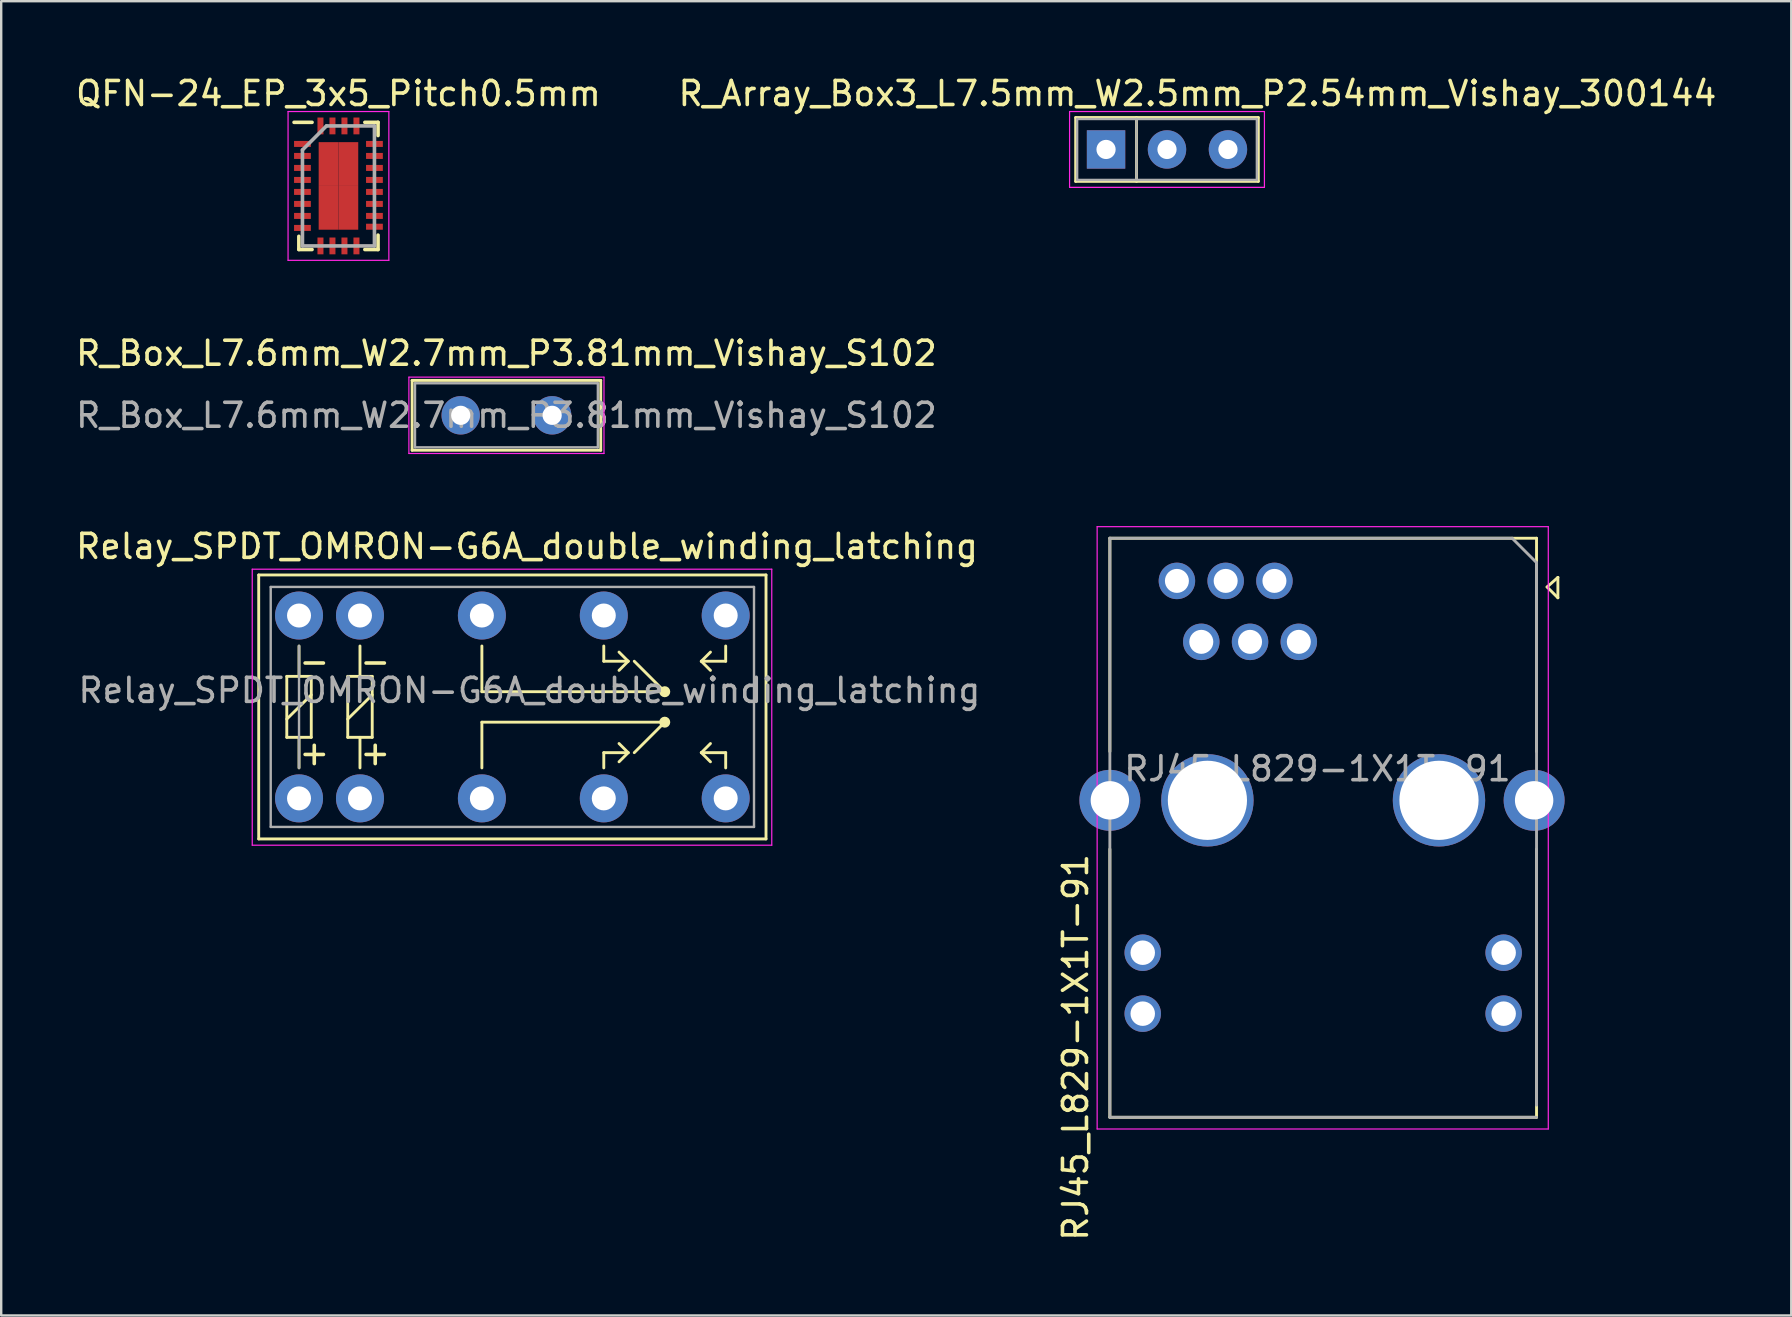
<source format=kicad_pcb>
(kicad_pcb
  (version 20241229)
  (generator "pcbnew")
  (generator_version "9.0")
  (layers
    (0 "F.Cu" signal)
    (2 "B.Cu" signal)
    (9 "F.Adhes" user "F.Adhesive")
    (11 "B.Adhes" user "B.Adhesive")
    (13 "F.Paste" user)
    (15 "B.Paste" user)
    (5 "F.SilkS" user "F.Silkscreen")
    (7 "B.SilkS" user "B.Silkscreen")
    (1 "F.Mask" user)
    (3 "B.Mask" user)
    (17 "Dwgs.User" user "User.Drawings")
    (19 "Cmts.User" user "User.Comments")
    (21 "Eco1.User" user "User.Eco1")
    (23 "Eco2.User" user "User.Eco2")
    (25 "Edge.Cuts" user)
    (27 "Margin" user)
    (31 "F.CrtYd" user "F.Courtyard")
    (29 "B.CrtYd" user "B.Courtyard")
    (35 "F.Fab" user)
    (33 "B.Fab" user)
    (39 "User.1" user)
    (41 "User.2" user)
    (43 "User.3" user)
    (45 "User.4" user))
  (footprint "RJ45_L829-1X1T-91"
    (layer "F.Cu")
    (at 57.17 23.697)
    (property "Reference" "RJ45_L829-1X1T-91" (at -15.4 16.9 90) (layer "F.SilkS") (effects (font (size 1 1) (thickness 0.15))))
    (attr through_hole)
    (fp_line (start -13.97 -4.318) (end -13.97 4.572) (stroke (width 0.12) (type solid)) (layer "F.SilkS"))
    (fp_line (start -13.97 19.812) (end -13.97 8.636) (stroke (width 0.12) (type solid)) (layer "F.SilkS"))
    (fp_line (start -13.97 19.812) (end 3.81 19.812) (stroke (width 0.12) (type solid)) (layer "F.SilkS"))
    (fp_line (start 3.81 -4.318) (end -13.97 -4.318) (stroke (width 0.12) (type solid)) (layer "F.SilkS"))
    (fp_line (start 3.81 -4.318) (end 3.81 4.572) (stroke (width 0.12) (type solid)) (layer "F.SilkS"))
    (fp_line (start 3.81 19.812) (end 3.81 8.636) (stroke (width 0.12) (type solid)) (layer "F.SilkS"))
    (fp_line (start 4.25 -2.286) (end 4.7 -2.686) (stroke (width 0.12) (type solid)) (layer "F.SilkS"))
    (fp_line (start 4.7 -2.686) (end 4.7 -1.836) (stroke (width 0.12) (type solid)) (layer "F.SilkS"))
    (fp_line (start 4.7 -1.836) (end 4.25 -2.286) (stroke (width 0.12) (type solid)) (layer "F.SilkS"))
    (fp_line (start -14.5 -4.8) (end -14.5 20.3) (stroke (width 0.05) (type solid)) (layer "F.CrtYd"))
    (fp_line (start -14.5 -4.8) (end 4.3 -4.8) (stroke (width 0.05) (type solid)) (layer "F.CrtYd"))
    (fp_line (start 4.3 20.3) (end -14.5 20.3) (stroke (width 0.05) (type solid)) (layer "F.CrtYd"))
    (fp_line (start 4.3 20.3) (end 4.3 -4.8) (stroke (width 0.05) (type solid)) (layer "F.CrtYd"))
    (fp_line (start -13.97 -4.318) (end 2.794 -4.318) (stroke (width 0.12) (type solid)) (layer "F.Fab"))
    (fp_line (start -13.97 19.812) (end -13.97 -4.318) (stroke (width 0.12) (type solid)) (layer "F.Fab"))
    (fp_line (start 2.794 -4.318) (end 3.81 -3.302) (stroke (width 0.12) (type solid)) (layer "F.Fab"))
    (fp_line (start 3.81 -3.302) (end 3.81 19.304) (stroke (width 0.12) (type solid)) (layer "F.Fab"))
    (fp_line (start 3.81 19.812) (end -13.97 19.812) (stroke (width 0.12) (type solid)) (layer "F.Fab"))
    (fp_text user "${REFERENCE}" (at -5.32 5.289 0) (layer "F.Fab") (effects (font (size 1 1) (thickness 0.15))))
    (pad "" np_thru_hole circle (at -9.905 6.604) (size 3.85 3.85) (drill 3.3) (layers "*.Cu" "*.Mask"))
    (pad "" np_thru_hole circle (at -0.255 6.604) (size 3.85 3.85) (drill 3.3) (layers "*.Cu" "*.Mask"))
    (pad "4" thru_hole circle (at -6.096 0) (size 1.52 1.52) (drill 1) (layers "*.Cu" "*.Mask"))
    (pad "5" thru_hole circle (at -8.128 0) (size 1.52 1.52) (drill 1) (layers "*.Cu" "*.Mask"))
    (pad "6" thru_hole circle (at -10.16 0) (size 1.52 1.52) (drill 1) (layers "*.Cu" "*.Mask"))
    (pad "10" thru_hole circle (at -7.112 -2.54) (size 1.52 1.52) (drill 1) (layers "*.Cu" "*.Mask"))
    (pad "11" thru_hole circle (at -9.144 -2.54) (size 1.52 1.52) (drill 1) (layers "*.Cu" "*.Mask"))
    (pad "12" thru_hole circle (at -11.176 -2.54) (size 1.52 1.52) (drill 1) (layers "*.Cu" "*.Mask"))
    (pad "13" thru_hole circle (at 2.44 12.954) (size 1.52 1.52) (drill 1.02) (layers "*.Cu" "*.Mask"))
    (pad "14" thru_hole circle (at 2.44 15.494) (size 1.52 1.52) (drill 1.02) (layers "*.Cu" "*.Mask"))
    (pad "15" thru_hole circle (at -12.6 12.954) (size 1.52 1.52) (drill 1.02) (layers "*.Cu" "*.Mask"))
    (pad "16" thru_hole circle (at -12.6 15.494) (size 1.52 1.52) (drill 1.02) (layers "*.Cu" "*.Mask"))
    (pad "SH" thru_hole circle (at -13.97 6.604) (size 2.54 2.54) (drill 1.6) (layers "*.Cu" "*.Mask"))
    (pad "SH" thru_hole circle (at 3.71 6.604) (size 2.54 2.54) (drill 1.6) (layers "*.Cu" "*.Mask")))
  (footprint "QFN-24_EP_3x5_Pitch0.5mm"
    (layer "F.Cu")
    (at 11.054 4.698)
    (property "Reference" "QFN-24_EP_3x5_Pitch0.5mm" (at 0 -3.85 0) (layer "F.SilkS") (effects (font (size 1 1) (thickness 0.15))))
    (attr smd)
    (fp_line (start -1.65 2.65) (end -1.65 2.1) (stroke (width 0.15) (type solid)) (layer "F.SilkS"))
    (fp_line (start -1.1 -2.65) (end -1.85 -2.65) (stroke (width 0.15) (type solid)) (layer "F.SilkS"))
    (fp_line (start -1.1 2.65) (end -1.65 2.65) (stroke (width 0.15) (type solid)) (layer "F.SilkS"))
    (fp_line (start 1.1 -2.65) (end 1.65 -2.65) (stroke (width 0.15) (type solid)) (layer "F.SilkS"))
    (fp_line (start 1.1 2.65) (end 1.65 2.65) (stroke (width 0.15) (type solid)) (layer "F.SilkS"))
    (fp_line (start 1.65 -2.65) (end 1.65 -2.1) (stroke (width 0.15) (type solid)) (layer "F.SilkS"))
    (fp_line (start 1.65 2.65) (end 1.65 2.05) (stroke (width 0.15) (type solid)) (layer "F.SilkS"))
    (fp_line (start -2.1 -3.1) (end 2.1 -3.1) (stroke (width 0.05) (type solid)) (layer "F.CrtYd"))
    (fp_line (start -2.1 3.1) (end -2.1 -3.1) (stroke (width 0.05) (type solid)) (layer "F.CrtYd"))
    (fp_line (start 2.1 -3.1) (end 2.1 3.1) (stroke (width 0.05) (type solid)) (layer "F.CrtYd"))
    (fp_line (start 2.1 3.1) (end -2.1 3.1) (stroke (width 0.05) (type solid)) (layer "F.CrtYd"))
    (fp_line (start -1.5 -1.5) (end -1.5 2.5) (stroke (width 0.15) (type solid)) (layer "F.Fab"))
    (fp_line (start -1.5 2.5) (end 1.5 2.5) (stroke (width 0.15) (type solid)) (layer "F.Fab"))
    (fp_line (start -0.5 -2.5) (end -1.5 -1.5) (stroke (width 0.15) (type solid)) (layer "F.Fab"))
    (fp_line (start 1.5 -2.5) (end -0.5 -2.5) (stroke (width 0.15) (type solid)) (layer "F.Fab"))
    (fp_line (start 1.5 2.5) (end 1.5 -2.5) (stroke (width 0.15) (type solid)) (layer "F.Fab"))
    (pad "1" smd rect (at -1.5 -1.75 90) (size 0.25 0.7) (layers "F.Cu" "F.Mask" "F.Paste"))
    (pad "2" smd rect (at -1.5 -1.25 90) (size 0.25 0.7) (layers "F.Cu" "F.Mask" "F.Paste"))
    (pad "3" smd rect (at -1.5 -0.75 90) (size 0.25 0.7) (layers "F.Cu" "F.Mask" "F.Paste"))
    (pad "4" smd rect (at -1.5 -0.25 90) (size 0.25 0.7) (layers "F.Cu" "F.Mask" "F.Paste"))
    (pad "5" smd rect (at -1.5 0.25 90) (size 0.25 0.7) (layers "F.Cu" "F.Mask" "F.Paste"))
    (pad "6" smd rect (at -1.5 0.75 90) (size 0.25 0.7) (layers "F.Cu" "F.Mask" "F.Paste"))
    (pad "7" smd rect (at -1.5 1.25 90) (size 0.25 0.7) (layers "F.Cu" "F.Mask" "F.Paste"))
    (pad "8" smd rect (at -1.5 1.75 90) (size 0.25 0.7) (layers "F.Cu" "F.Mask" "F.Paste"))
    (pad "9" smd rect (at -0.75 2.5) (size 0.25 0.7) (layers "F.Cu" "F.Mask" "F.Paste"))
    (pad "10" smd rect (at -0.25 2.5) (size 0.25 0.7) (layers "F.Cu" "F.Mask" "F.Paste"))
    (pad "11" smd rect (at 0.25 2.5) (size 0.25 0.7) (layers "F.Cu" "F.Mask" "F.Paste"))
    (pad "12" smd rect (at 0.75 2.5) (size 0.25 0.7) (layers "F.Cu" "F.Mask" "F.Paste"))
    (pad "13" smd rect (at 1.5 1.7 90) (size 0.25 0.7) (layers "F.Cu" "F.Mask" "F.Paste"))
    (pad "14" smd rect (at 1.5 1.25 90) (size 0.25 0.7) (layers "F.Cu" "F.Mask" "F.Paste"))
    (pad "15" smd rect (at 1.5 0.75 90) (size 0.25 0.7) (layers "F.Cu" "F.Mask" "F.Paste"))
    (pad "16" smd rect (at 1.5 0.25 90) (size 0.25 0.7) (layers "F.Cu" "F.Mask" "F.Paste"))
    (pad "17" smd rect (at 1.5 -0.25 90) (size 0.25 0.7) (layers "F.Cu" "F.Mask" "F.Paste"))
    (pad "18" smd rect (at 1.5 -0.75 90) (size 0.25 0.7) (layers "F.Cu" "F.Mask" "F.Paste"))
    (pad "19" smd rect (at 1.5 -1.25 90) (size 0.25 0.7) (layers "F.Cu" "F.Mask" "F.Paste"))
    (pad "20" smd rect (at 1.5 -1.75 90) (size 0.25 0.7) (layers "F.Cu" "F.Mask" "F.Paste"))
    (pad "21" smd rect (at 0.75 -2.5) (size 0.25 0.7) (layers "F.Cu" "F.Mask" "F.Paste"))
    (pad "22" smd rect (at 0.25 -2.5) (size 0.25 0.7) (layers "F.Cu" "F.Mask" "F.Paste"))
    (pad "23" smd rect (at -0.25 -2.5) (size 0.25 0.7) (layers "F.Cu" "F.Mask" "F.Paste"))
    (pad "24" smd rect (at -0.75 -2.5) (size 0.25 0.7) (layers "F.Cu" "F.Mask" "F.Paste"))
    (pad "25" smd rect (at -0.412 -0.912) (size 0.825 1.825) (layers "F.Cu" "F.Mask" "F.Paste"))
    (pad "25" smd rect (at -0.412 0.912) (size 0.825 1.825) (layers "F.Cu" "F.Mask" "F.Paste"))
    (pad "25" smd rect (at 0.412 -0.912) (size 0.825 1.825) (layers "F.Cu" "F.Mask" "F.Paste"))
    (pad "25" smd rect (at 0.412 0.912) (size 0.825 1.825) (layers "F.Cu" "F.Mask" "F.Paste")))
  (footprint "Relay_SPDT_OMRON-G6A_double_winding_latching"
    (layer "F.Cu")
    (at 9.411 30.22)
    (property "Reference" "Relay_SPDT_OMRON-G6A_double_winding_latching" (at 9.5 -10.5 180) (layer "F.SilkS") (effects (font (size 1 1) (thickness 0.15))))
    (attr through_hole)
    (fp_line (start -1.68 -9.31) (end 19.46 -9.31) (stroke (width 0.12) (type solid)) (layer "F.SilkS"))
    (fp_line (start -1.68 1.69) (end -1.68 -9.31) (stroke (width 0.12) (type solid)) (layer "F.SilkS"))
    (fp_line (start -1.68 1.69) (end 19.46 1.69) (stroke (width 0.12) (type solid)) (layer "F.SilkS"))
    (fp_line (start -0.51 -5.084) (end 0 -5.084) (stroke (width 0.12) (type solid)) (layer "F.SilkS"))
    (fp_line (start -0.51 -3.304) (end 0.51 -4.314) (stroke (width 0.12) (type solid)) (layer "F.SilkS"))
    (fp_line (start -0.51 -2.544) (end -0.51 -5.084) (stroke (width 0.12) (type solid)) (layer "F.SilkS"))
    (fp_line (start 0 -5.084) (end 0.51 -5.084) (stroke (width 0.12) (type solid)) (layer "F.SilkS"))
    (fp_line (start 0 -5.08) (end 0 -6.35) (stroke (width 0.12) (type solid)) (layer "F.SilkS"))
    (fp_line (start 0 -2.544) (end -0.51 -2.544) (stroke (width 0.12) (type solid)) (layer "F.SilkS"))
    (fp_line (start 0 -1.27) (end 0 -2.54) (stroke (width 0.12) (type solid)) (layer "F.SilkS"))
    (fp_line (start 0.51 -5.084) (end 0.51 -2.544) (stroke (width 0.12) (type solid)) (layer "F.SilkS"))
    (fp_line (start 0.51 -2.544) (end 0 -2.544) (stroke (width 0.12) (type solid)) (layer "F.SilkS"))
    (fp_line (start 2.03 -5.084) (end 2.54 -5.084) (stroke (width 0.12) (type solid)) (layer "F.SilkS"))
    (fp_line (start 2.03 -3.304) (end 3.05 -4.314) (stroke (width 0.12) (type solid)) (layer "F.SilkS"))
    (fp_line (start 2.03 -2.544) (end 2.03 -5.084) (stroke (width 0.12) (type solid)) (layer "F.SilkS"))
    (fp_line (start 2.54 -5.084) (end 3.05 -5.084) (stroke (width 0.12) (type solid)) (layer "F.SilkS"))
    (fp_line (start 2.54 -5.08) (end 2.54 -6.35) (stroke (width 0.12) (type solid)) (layer "F.SilkS"))
    (fp_line (start 2.54 -2.544) (end 2.03 -2.544) (stroke (width 0.12) (type solid)) (layer "F.SilkS"))
    (fp_line (start 2.54 -1.27) (end 2.54 -2.54) (stroke (width 0.12) (type solid)) (layer "F.SilkS"))
    (fp_line (start 3.05 -5.084) (end 3.05 -2.544) (stroke (width 0.12) (type solid)) (layer "F.SilkS"))
    (fp_line (start 3.05 -2.544) (end 2.54 -2.544) (stroke (width 0.12) (type solid)) (layer "F.SilkS"))
    (fp_line (start 7.62 -6.35) (end 7.62 -4.445) (stroke (width 0.12) (type solid)) (layer "F.SilkS"))
    (fp_line (start 7.62 -4.445) (end 15.24 -4.445) (stroke (width 0.12) (type solid)) (layer "F.SilkS"))
    (fp_line (start 7.62 -3.175) (end 15.24 -3.175) (stroke (width 0.12) (type solid)) (layer "F.SilkS"))
    (fp_line (start 7.62 -1.27) (end 7.62 -3.175) (stroke (width 0.12) (type solid)) (layer "F.SilkS"))
    (fp_line (start 12.7 -6.35) (end 12.7 -5.715) (stroke (width 0.12) (type solid)) (layer "F.SilkS"))
    (fp_line (start 12.7 -5.715) (end 13.716 -5.715) (stroke (width 0.12) (type solid)) (layer "F.SilkS"))
    (fp_line (start 12.7 -1.905) (end 13.716 -1.905) (stroke (width 0.12) (type solid)) (layer "F.SilkS"))
    (fp_line (start 12.7 -1.27) (end 12.7 -1.905) (stroke (width 0.12) (type solid)) (layer "F.SilkS"))
    (fp_line (start 13.716 -5.715) (end 13.335 -6.096) (stroke (width 0.12) (type solid)) (layer "F.SilkS"))
    (fp_line (start 13.716 -5.715) (end 13.335 -5.334) (stroke (width 0.12) (type solid)) (layer "F.SilkS"))
    (fp_line (start 13.716 -1.905) (end 13.335 -2.286) (stroke (width 0.12) (type solid)) (layer "F.SilkS"))
    (fp_line (start 13.716 -1.905) (end 13.335 -1.524) (stroke (width 0.12) (type solid)) (layer "F.SilkS"))
    (fp_line (start 15.24 -4.445) (end 13.97 -5.715) (stroke (width 0.12) (type solid)) (layer "F.SilkS"))
    (fp_line (start 15.24 -3.175) (end 13.97 -1.905) (stroke (width 0.12) (type solid)) (layer "F.SilkS"))
    (fp_line (start 16.764 -5.715) (end 17.145 -6.096) (stroke (width 0.12) (type solid)) (layer "F.SilkS"))
    (fp_line (start 16.764 -5.715) (end 17.145 -5.334) (stroke (width 0.12) (type solid)) (layer "F.SilkS"))
    (fp_line (start 16.764 -5.715) (end 17.78 -5.715) (stroke (width 0.12) (type solid)) (layer "F.SilkS"))
    (fp_line (start 16.764 -1.905) (end 17.145 -2.286) (stroke (width 0.12) (type solid)) (layer "F.SilkS"))
    (fp_line (start 16.764 -1.905) (end 17.145 -1.524) (stroke (width 0.12) (type solid)) (layer "F.SilkS"))
    (fp_line (start 16.764 -1.905) (end 17.78 -1.905) (stroke (width 0.12) (type solid)) (layer "F.SilkS"))
    (fp_line (start 17.78 -6.35) (end 17.78 -5.715) (stroke (width 0.12) (type solid)) (layer "F.SilkS"))
    (fp_line (start 17.78 -1.27) (end 17.78 -1.905) (stroke (width 0.12) (type solid)) (layer "F.SilkS"))
    (fp_line (start 19.46 1.69) (end 19.46 -9.31) (stroke (width 0.12) (type solid)) (layer "F.SilkS"))
    (fp_circle (center 15.24 -4.445) (end 15.24 -4.575) (stroke (width 0.2) (type solid)) (fill no) (layer "F.SilkS"))
    (fp_circle (center 15.24 -3.175) (end 15.24 -3.045) (stroke (width 0.2) (type solid)) (fill no) (layer "F.SilkS"))
    (fp_line (start -1.95 -9.55) (end 19.7 -9.55) (stroke (width 0.05) (type solid)) (layer "F.CrtYd"))
    (fp_line (start -1.95 1.95) (end -1.95 -9.55) (stroke (width 0.05) (type solid)) (layer "F.CrtYd"))
    (fp_line (start 19.7 -9.55) (end 19.7 1.95) (stroke (width 0.05) (type solid)) (layer "F.CrtYd"))
    (fp_line (start 19.7 1.95) (end -1.95 1.95) (stroke (width 0.05) (type solid)) (layer "F.CrtYd"))
    (fp_line (start -1.18 -8.81) (end 18.96 -8.81) (stroke (width 0.1) (type solid)) (layer "F.Fab"))
    (fp_line (start -1.18 1.19) (end -1.18 -8.81) (stroke (width 0.1) (type solid)) (layer "F.Fab"))
    (fp_line (start 0 -1.27) (end 0 -6.35) (stroke (width 0.1) (type solid)) (layer "F.Fab"))
    (fp_line (start 18.96 -8.81) (end 18.96 1.19) (stroke (width 0.1) (type solid)) (layer "F.Fab"))
    (fp_line (start 18.96 1.19) (end -1.18 1.19) (stroke (width 0.1) (type solid)) (layer "F.Fab"))
    (fp_text user "+" (at 3.175 -1.905 0) (layer "F.SilkS") (effects (font (size 1 1) (thickness 0.15))))
    (fp_text user "-" (at 3.175 -5.715 0) (layer "F.SilkS") (effects (font (size 1 1) (thickness 0.15))))
    (fp_text user "-" (at 0.635 -5.715 0) (layer "F.SilkS") (effects (font (size 1 1) (thickness 0.15))))
    (fp_text user "+" (at 0.635 -1.905 0) (layer "F.SilkS") (effects (font (size 1 1) (thickness 0.15))))
    (fp_text user "${REFERENCE}" (at 9.6 -4.5 0) (layer "F.Fab") (effects (font (size 1 1) (thickness 0.15))))
    (pad "1" thru_hole circle (at 0 0 180) (size 2 2) (drill 1) (layers "*.Cu" "*.Mask"))
    (pad "2" thru_hole circle (at 2.54 0 180) (size 2 2) (drill 1) (layers "*.Cu" "*.Mask"))
    (pad "4" thru_hole circle (at 7.62 0 180) (size 2 2) (drill 1) (layers "*.Cu" "*.Mask"))
    (pad "6" thru_hole circle (at 12.7 0 180) (size 2 2) (drill 1) (layers "*.Cu" "*.Mask"))
    (pad "8" thru_hole circle (at 17.78 0 180) (size 2 2) (drill 1) (layers "*.Cu" "*.Mask"))
    (pad "9" thru_hole circle (at 17.78 -7.62 180) (size 2 2) (drill 1) (layers "*.Cu" "*.Mask"))
    (pad "11" thru_hole circle (at 12.7 -7.62 180) (size 2 2) (drill 1) (layers "*.Cu" "*.Mask"))
    (pad "13" thru_hole circle (at 7.62 -7.62 180) (size 2 2) (drill 1) (layers "*.Cu" "*.Mask"))
    (pad "15" thru_hole circle (at 2.54 -7.62 180) (size 2 2) (drill 1) (layers "*.Cu" "*.Mask"))
    (pad "16" thru_hole circle (at 0 -7.62 180) (size 2 2) (drill 1) (layers "*.Cu" "*.Mask")))
  (footprint "R_Array_Box3_L7.5mm_W2.5mm_P2.54mm_Vishay_300144"
    (layer "F.Cu")
    (at 43.041 3.178)
    (property "Reference" "R_Array_Box3_L7.5mm_W2.5mm_P2.54mm_Vishay_300144" (at 3.81 -2.33 0) (layer "F.SilkS") (effects (font (size 1 1) (thickness 0.15))))
    (attr through_hole)
    (fp_line (start -1.265 -1.33) (end -1.265 1.33) (stroke (width 0.12) (type solid)) (layer "F.SilkS"))
    (fp_line (start -1.265 1.33) (end 6.345 1.33) (stroke (width 0.12) (type solid)) (layer "F.SilkS"))
    (fp_line (start 1.27 -1.33) (end 1.27 1.33) (stroke (width 0.12) (type solid)) (layer "F.SilkS"))
    (fp_line (start 6.345 -1.33) (end -1.265 -1.33) (stroke (width 0.12) (type solid)) (layer "F.SilkS"))
    (fp_line (start 6.345 1.33) (end 6.345 -1.33) (stroke (width 0.12) (type solid)) (layer "F.SilkS"))
    (fp_line (start -1.52 -1.58) (end -1.52 1.58) (stroke (width 0.05) (type solid)) (layer "F.CrtYd"))
    (fp_line (start -1.52 1.58) (end 6.6 1.58) (stroke (width 0.05) (type solid)) (layer "F.CrtYd"))
    (fp_line (start 6.6 -1.58) (end -1.52 -1.58) (stroke (width 0.05) (type solid)) (layer "F.CrtYd"))
    (fp_line (start 6.6 1.58) (end 6.6 -1.58) (stroke (width 0.05) (type solid)) (layer "F.CrtYd"))
    (fp_line (start -1.205 -1.27) (end -1.205 1.27) (stroke (width 0.1) (type solid)) (layer "F.Fab"))
    (fp_line (start -1.205 1.27) (end 6.285 1.27) (stroke (width 0.1) (type solid)) (layer "F.Fab"))
    (fp_line (start 1.27 -1.27) (end 1.27 1.27) (stroke (width 0.1) (type solid)) (layer "F.Fab"))
    (fp_line (start 6.285 -1.27) (end -1.205 -1.27) (stroke (width 0.1) (type solid)) (layer "F.Fab"))
    (fp_line (start 6.285 1.27) (end 6.285 -1.27) (stroke (width 0.1) (type solid)) (layer "F.Fab"))
    (pad "1" thru_hole rect (at 0 0) (size 1.6 1.6) (drill 0.8) (layers "*.Cu" "*.Mask"))
    (pad "2" thru_hole circle (at 2.54 0) (size 1.6 1.6) (drill 0.8) (layers "*.Cu" "*.Mask"))
    (pad "3" thru_hole circle (at 5.08 0) (size 1.6 1.6) (drill 0.8) (layers "*.Cu" "*.Mask")))
  (footprint "R_Box_L7.6mm_W2.7mm_P3.81mm_Vishay_S102"
    (layer "F.Cu")
    (at 16.149 14.257)
    (property "Reference" "R_Box_L7.6mm_W2.7mm_P3.81mm_Vishay_S102" (at 1.905 -2.585 0) (layer "F.SilkS") (effects (font (size 1 1) (thickness 0.15))))
    (attr through_hole)
    (fp_line (start -2.025 -1.455) (end -2.025 1.455) (stroke (width 0.12) (type solid)) (layer "F.SilkS"))
    (fp_line (start -2.025 -1.455) (end 5.835 -1.455) (stroke (width 0.12) (type solid)) (layer "F.SilkS"))
    (fp_line (start -2.025 1.455) (end 5.835 1.455) (stroke (width 0.12) (type solid)) (layer "F.SilkS"))
    (fp_line (start 5.835 -1.455) (end 5.835 1.455) (stroke (width 0.12) (type solid)) (layer "F.SilkS"))
    (fp_line (start -2.16 -1.59) (end -2.16 1.59) (stroke (width 0.05) (type solid)) (layer "F.CrtYd"))
    (fp_line (start -2.16 1.59) (end 5.97 1.59) (stroke (width 0.05) (type solid)) (layer "F.CrtYd"))
    (fp_line (start 5.97 -1.59) (end -2.16 -1.59) (stroke (width 0.05) (type solid)) (layer "F.CrtYd"))
    (fp_line (start 5.97 1.59) (end 5.97 -1.59) (stroke (width 0.05) (type solid)) (layer "F.CrtYd"))
    (fp_line (start -1.905 -1.335) (end -1.905 1.335) (stroke (width 0.1) (type solid)) (layer "F.Fab"))
    (fp_line (start -1.905 1.335) (end 5.715 1.335) (stroke (width 0.1) (type solid)) (layer "F.Fab"))
    (fp_line (start 5.715 -1.335) (end -1.905 -1.335) (stroke (width 0.1) (type solid)) (layer "F.Fab"))
    (fp_line (start 5.715 1.335) (end 5.715 -1.335) (stroke (width 0.1) (type solid)) (layer "F.Fab"))
    (fp_text user "${REFERENCE}" (at 1.905 0 0) (layer "F.Fab") (effects (font (size 1 1) (thickness 0.15))))
    (pad "1" thru_hole circle (at 0 0) (size 1.6 1.6) (drill 0.8) (layers "*.Cu" "*.Mask"))
    (pad "2" thru_hole circle (at 3.81 0) (size 1.6 1.6) (drill 0.8) (layers "*.Cu" "*.Mask")))
  (gr_rect
    (start -3 -3)
    (end 71.595 51.769)
    (stroke (width 0.1) (type default))
    (fill no)
    (layer "Edge.Cuts")))
</source>
